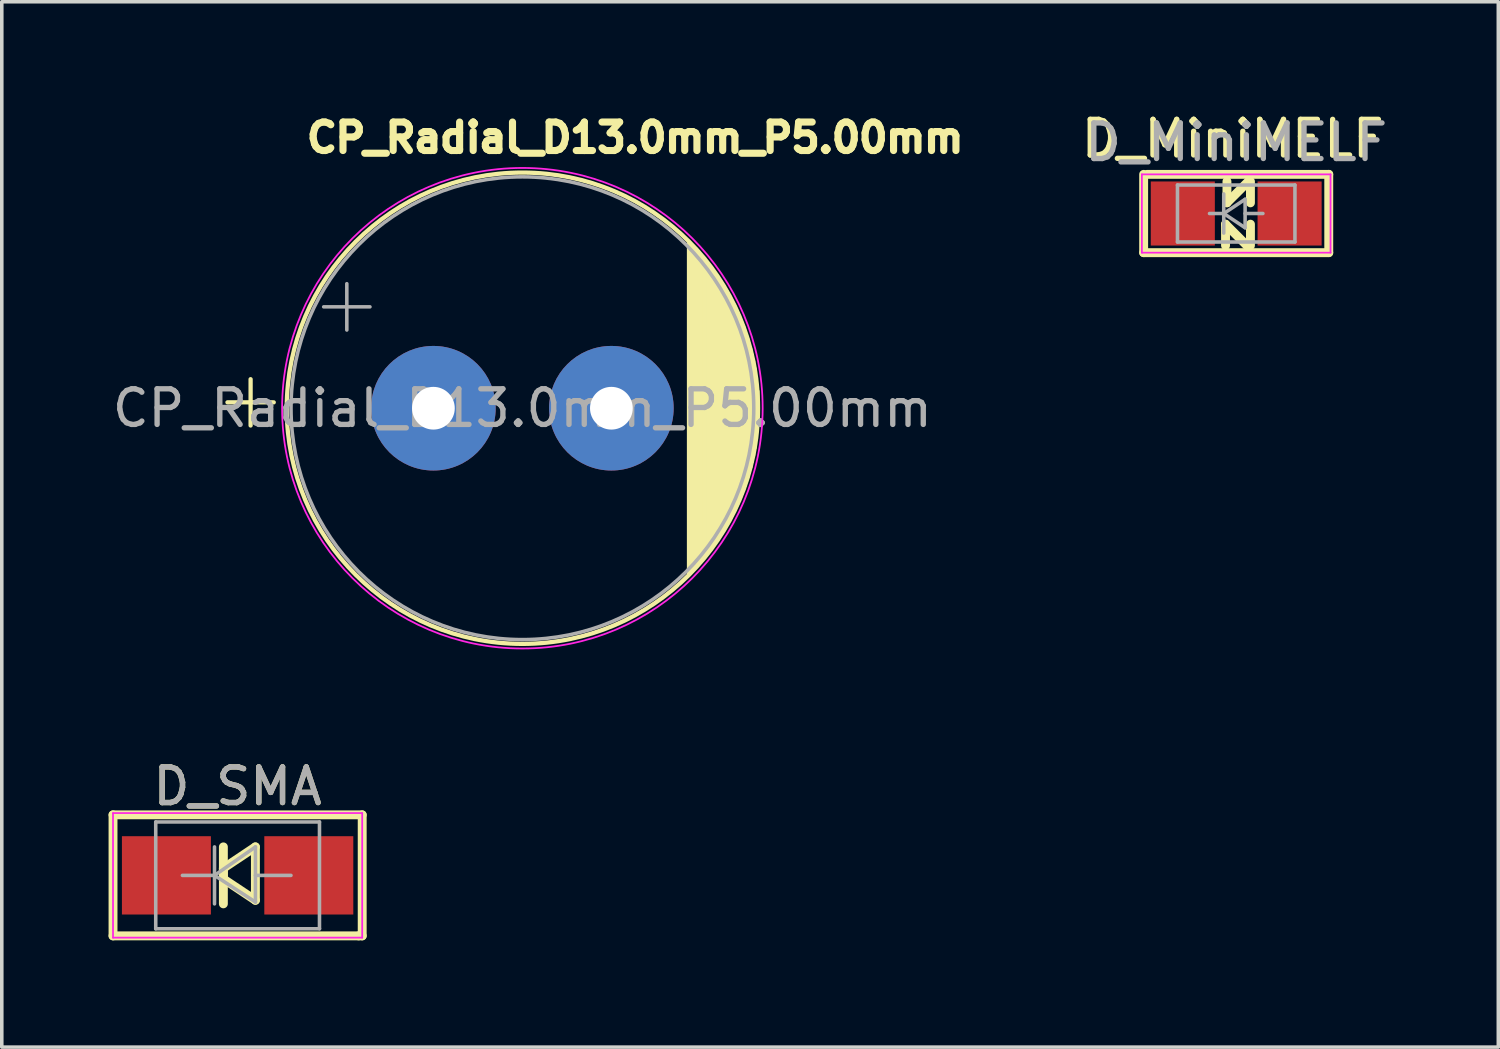
<source format=kicad_pcb>
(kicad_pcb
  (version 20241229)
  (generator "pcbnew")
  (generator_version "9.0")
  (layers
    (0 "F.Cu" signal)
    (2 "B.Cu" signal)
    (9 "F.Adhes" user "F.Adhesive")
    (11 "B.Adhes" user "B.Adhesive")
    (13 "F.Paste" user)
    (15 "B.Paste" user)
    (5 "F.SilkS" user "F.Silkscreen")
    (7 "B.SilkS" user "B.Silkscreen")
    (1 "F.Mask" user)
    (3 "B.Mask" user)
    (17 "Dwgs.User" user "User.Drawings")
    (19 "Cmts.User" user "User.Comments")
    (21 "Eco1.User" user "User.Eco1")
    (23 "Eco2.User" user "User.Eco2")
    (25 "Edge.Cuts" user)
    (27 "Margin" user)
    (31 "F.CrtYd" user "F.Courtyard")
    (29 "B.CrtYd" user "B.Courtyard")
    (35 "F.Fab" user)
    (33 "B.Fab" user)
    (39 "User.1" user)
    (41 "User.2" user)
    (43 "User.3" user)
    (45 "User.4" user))
  (footprint "D_SMA"
    (layer "F.Cu")
    (at 3.625 21.541)
    (property "Reference" "D_SMA" (at 0 -2.5 0) (layer "F.SilkS") (effects (font (size 1 1) (thickness 0.15))))
    (attr smd)
    (fp_line (start -3.5 -1.7) (end -3.5 1.7) (stroke (width 0.25) (type solid)) (layer "F.SilkS"))
    (fp_line (start -3.5 1.7) (end 3.4 1.7) (stroke (width 0.25) (type solid)) (layer "F.SilkS"))
    (fp_line (start -0.4 -0.8) (end -0.4 0.8) (stroke (width 0.25) (type solid)) (layer "F.SilkS"))
    (fp_line (start -0.4 -0.2) (end -0.4 0.1) (stroke (width 0.25) (type solid)) (layer "F.SilkS"))
    (fp_line (start -0.4 0.1) (end 0.5 0.7) (stroke (width 0.25) (type solid)) (layer "F.SilkS"))
    (fp_line (start 0.5 -0.8) (end -0.4 -0.2) (stroke (width 0.25) (type solid)) (layer "F.SilkS"))
    (fp_line (start 0.5 0.7) (end 0.5 -0.8) (stroke (width 0.25) (type solid)) (layer "F.SilkS"))
    (fp_line (start 3.4 1.7) (end 3.5 1.7) (stroke (width 0.25) (type solid)) (layer "F.SilkS"))
    (fp_line (start 3.5 -1.7) (end -3.5 -1.7) (stroke (width 0.25) (type solid)) (layer "F.SilkS"))
    (fp_line (start 3.5 1.7) (end 3.5 -1.7) (stroke (width 0.25) (type solid)) (layer "F.SilkS"))
    (fp_line (start -3.5 -1.75) (end 3.5 -1.75) (stroke (width 0.05) (type solid)) (layer "F.CrtYd"))
    (fp_line (start -3.5 1.75) (end -3.5 -1.75) (stroke (width 0.05) (type solid)) (layer "F.CrtYd"))
    (fp_line (start 3.5 -1.75) (end 3.5 1.75) (stroke (width 0.05) (type solid)) (layer "F.CrtYd"))
    (fp_line (start 3.5 1.75) (end -3.5 1.75) (stroke (width 0.05) (type solid)) (layer "F.CrtYd"))
    (fp_line (start -2.3 1.5) (end -2.3 -1.5) (stroke (width 0.1) (type solid)) (layer "F.Fab"))
    (fp_line (start -0.649 -0.799) (end -0.649 0.801) (stroke (width 0.1) (type solid)) (layer "F.Fab"))
    (fp_line (start -0.649 0.001) (end -1.551 0.001) (stroke (width 0.1) (type solid)) (layer "F.Fab"))
    (fp_line (start -0.649 0.001) (end 0.501 -0.799) (stroke (width 0.1) (type solid)) (layer "F.Fab"))
    (fp_line (start -0.649 0.001) (end 0.501 0.75) (stroke (width 0.1) (type solid)) (layer "F.Fab"))
    (fp_line (start 0.501 0.001) (end 1.499 0.001) (stroke (width 0.1) (type solid)) (layer "F.Fab"))
    (fp_line (start 0.501 0.75) (end 0.501 -0.799) (stroke (width 0.1) (type solid)) (layer "F.Fab"))
    (fp_line (start 2.3 -1.5) (end -2.3 -1.5) (stroke (width 0.1) (type solid)) (layer "F.Fab"))
    (fp_line (start 2.3 -1.5) (end 2.3 1.5) (stroke (width 0.1) (type solid)) (layer "F.Fab"))
    (fp_line (start 2.3 1.5) (end -2.3 1.5) (stroke (width 0.1) (type solid)) (layer "F.Fab"))
    (fp_text user "${REFERENCE}" (at 0 -2.5 0) (layer "F.Fab") (effects (font (size 1 1) (thickness 0.15))))
    (pad "1" smd rect (at -2 0) (size 2.5 2.2) (layers "F.Cu" "F.Mask" "F.Paste"))
    (pad "2" smd rect (at 2 0) (size 2.5 2.2) (layers "F.Cu" "F.Mask" "F.Paste")))
  (footprint "CP_Radial_D13.0mm_P5.00mm"
    (layer "F.Cu")
    (at 9.125 8.418)
    (property "Reference" "CP_Radial_D13.0mm_P5.00mm" (at 5.67 -7.599 0) (layer "F.SilkS") (effects (font (size 0.8 0.8) (thickness 0.2))))
    (attr through_hole)
    (fp_line (start -5.785 -0.165) (end -4.485 -0.165) (stroke (width 0.12) (type solid)) (layer "F.SilkS"))
    (fp_line (start -5.135 -0.815) (end -5.135 0.485) (stroke (width 0.12) (type solid)) (layer "F.SilkS"))
    (fp_line (start 7.181 -4.643) (end 7.181 4.643) (stroke (width 0.12) (type solid)) (layer "F.SilkS"))
    (fp_line (start 7.221 -4.602) (end 7.221 4.602) (stroke (width 0.12) (type solid)) (layer "F.SilkS"))
    (fp_line (start 7.261 -4.561) (end 7.261 4.561) (stroke (width 0.12) (type solid)) (layer "F.SilkS"))
    (fp_line (start 7.301 -4.519) (end 7.301 4.519) (stroke (width 0.12) (type solid)) (layer "F.SilkS"))
    (fp_line (start 7.341 -4.477) (end 7.341 4.477) (stroke (width 0.12) (type solid)) (layer "F.SilkS"))
    (fp_line (start 7.381 -4.434) (end 7.381 4.434) (stroke (width 0.12) (type solid)) (layer "F.SilkS"))
    (fp_line (start 7.421 -4.39) (end 7.421 4.39) (stroke (width 0.12) (type solid)) (layer "F.SilkS"))
    (fp_line (start 7.461 -4.345) (end 7.461 4.345) (stroke (width 0.12) (type solid)) (layer "F.SilkS"))
    (fp_line (start 7.501 -4.299) (end 7.501 4.299) (stroke (width 0.12) (type solid)) (layer "F.SilkS"))
    (fp_line (start 7.541 -4.253) (end 7.541 4.253) (stroke (width 0.12) (type solid)) (layer "F.SilkS"))
    (fp_line (start 7.581 -4.205) (end 7.581 4.205) (stroke (width 0.12) (type solid)) (layer "F.SilkS"))
    (fp_line (start 7.621 -4.157) (end 7.621 4.157) (stroke (width 0.12) (type solid)) (layer "F.SilkS"))
    (fp_line (start 7.661 -4.108) (end 7.661 4.108) (stroke (width 0.12) (type solid)) (layer "F.SilkS"))
    (fp_line (start 7.701 -4.057) (end 7.701 4.057) (stroke (width 0.12) (type solid)) (layer "F.SilkS"))
    (fp_line (start 7.741 -4.006) (end 7.741 4.006) (stroke (width 0.12) (type solid)) (layer "F.SilkS"))
    (fp_line (start 7.781 -3.954) (end 7.781 3.954) (stroke (width 0.12) (type solid)) (layer "F.SilkS"))
    (fp_line (start 7.821 -3.9) (end 7.821 3.9) (stroke (width 0.12) (type solid)) (layer "F.SilkS"))
    (fp_line (start 7.861 -3.846) (end 7.861 3.846) (stroke (width 0.12) (type solid)) (layer "F.SilkS"))
    (fp_line (start 7.901 -3.79) (end 7.901 3.79) (stroke (width 0.12) (type solid)) (layer "F.SilkS"))
    (fp_line (start 7.941 -3.733) (end 7.941 3.733) (stroke (width 0.12) (type solid)) (layer "F.SilkS"))
    (fp_line (start 7.981 -3.675) (end 7.981 3.675) (stroke (width 0.12) (type solid)) (layer "F.SilkS"))
    (fp_line (start 8.021 -3.615) (end 8.021 3.615) (stroke (width 0.12) (type solid)) (layer "F.SilkS"))
    (fp_line (start 8.061 -3.554) (end 8.061 3.554) (stroke (width 0.12) (type solid)) (layer "F.SilkS"))
    (fp_line (start 8.101 -3.491) (end 8.101 3.491) (stroke (width 0.12) (type solid)) (layer "F.SilkS"))
    (fp_line (start 8.141 -3.427) (end 8.141 3.427) (stroke (width 0.12) (type solid)) (layer "F.SilkS"))
    (fp_line (start 8.181 -3.361) (end 8.181 3.361) (stroke (width 0.12) (type solid)) (layer "F.SilkS"))
    (fp_line (start 8.221 -3.293) (end 8.221 3.293) (stroke (width 0.12) (type solid)) (layer "F.SilkS"))
    (fp_line (start 8.261 -3.223) (end 8.261 3.223) (stroke (width 0.12) (type solid)) (layer "F.SilkS"))
    (fp_line (start 8.301 -3.152) (end 8.301 3.152) (stroke (width 0.12) (type solid)) (layer "F.SilkS"))
    (fp_line (start 8.341 -3.078) (end 8.341 3.078) (stroke (width 0.12) (type solid)) (layer "F.SilkS"))
    (fp_line (start 8.381 -3.002) (end 8.381 3.002) (stroke (width 0.12) (type solid)) (layer "F.SilkS"))
    (fp_line (start 8.421 -2.923) (end 8.421 2.923) (stroke (width 0.12) (type solid)) (layer "F.SilkS"))
    (fp_line (start 8.461 -2.842) (end 8.461 2.842) (stroke (width 0.12) (type solid)) (layer "F.SilkS"))
    (fp_line (start 8.501 -2.758) (end 8.501 2.758) (stroke (width 0.12) (type solid)) (layer "F.SilkS"))
    (fp_line (start 8.541 -2.67) (end 8.541 2.67) (stroke (width 0.12) (type solid)) (layer "F.SilkS"))
    (fp_line (start 8.581 -2.579) (end 8.581 2.579) (stroke (width 0.12) (type solid)) (layer "F.SilkS"))
    (fp_line (start 8.621 -2.484) (end 8.621 2.484) (stroke (width 0.12) (type solid)) (layer "F.SilkS"))
    (fp_line (start 8.661 -2.385) (end 8.661 2.385) (stroke (width 0.12) (type solid)) (layer "F.SilkS"))
    (fp_line (start 8.701 -2.281) (end 8.701 2.281) (stroke (width 0.12) (type solid)) (layer "F.SilkS"))
    (fp_line (start 8.741 -2.171) (end 8.741 2.171) (stroke (width 0.12) (type solid)) (layer "F.SilkS"))
    (fp_line (start 8.781 -2.055) (end 8.781 2.055) (stroke (width 0.12) (type solid)) (layer "F.SilkS"))
    (fp_line (start 8.821 -1.931) (end 8.821 1.931) (stroke (width 0.12) (type solid)) (layer "F.SilkS"))
    (fp_line (start 8.861 -1.798) (end 8.861 1.798) (stroke (width 0.12) (type solid)) (layer "F.SilkS"))
    (fp_line (start 8.901 -1.653) (end 8.901 1.653) (stroke (width 0.12) (type solid)) (layer "F.SilkS"))
    (fp_line (start 8.941 -1.494) (end 8.941 1.494) (stroke (width 0.12) (type solid)) (layer "F.SilkS"))
    (fp_line (start 8.981 -1.315) (end 8.981 1.315) (stroke (width 0.12) (type solid)) (layer "F.SilkS"))
    (fp_line (start 9.021 -1.107) (end 9.021 1.107) (stroke (width 0.12) (type solid)) (layer "F.SilkS"))
    (fp_line (start 9.061 -0.85) (end 9.061 0.85) (stroke (width 0.12) (type solid)) (layer "F.SilkS"))
    (fp_line (start 9.101 -0.475) (end 9.101 0.475) (stroke (width 0.12) (type solid)) (layer "F.SilkS"))
    (fp_circle (center 2.5 0) (end 9.12 0) (stroke (width 0.12) (type solid)) (fill no) (layer "F.SilkS"))
    (fp_circle (center 2.5 0) (end 9.25 0) (stroke (width 0.05) (type solid)) (fill no) (layer "F.CrtYd"))
    (fp_line (start -3.082 -2.848) (end -1.782 -2.848) (stroke (width 0.1) (type solid)) (layer "F.Fab"))
    (fp_line (start -2.432 -3.498) (end -2.432 -2.197) (stroke (width 0.1) (type solid)) (layer "F.Fab"))
    (fp_circle (center 2.5 0) (end 9 0) (stroke (width 0.1) (type solid)) (fill no) (layer "F.Fab"))
    (fp_text user "${REFERENCE}" (at 2.5 0 0) (layer "F.Fab") (effects (font (size 1 1) (thickness 0.15))))
    (pad "1" thru_hole circle (at 0 0) (size 3.5 3.5) (drill 1.2) (layers "*.Cu" "*.Mask"))
    (pad "2" thru_hole circle (at 5 0) (size 3.5 3.5) (drill 1.2) (layers "*.Cu" "*.Mask")))
  (footprint "D_MiniMELF"
    (layer "F.Cu")
    (at 31.678 2.948)
    (property "Reference" "D_MiniMELF" (at -0.1 -2.1 0) (layer "F.SilkS") (effects (font (size 1 1) (thickness 0.15))))
    (attr smd)
    (fp_line (start -2.6 -1.1) (end -2.6 1.1) (stroke (width 0.25) (type solid)) (layer "F.SilkS"))
    (fp_line (start -2.6 1.1) (end 2.6 1.1) (stroke (width 0.25) (type solid)) (layer "F.SilkS"))
    (fp_line (start -0.3 0.3) (end -0.3 0.9) (stroke (width 0.25) (type solid)) (layer "F.SilkS"))
    (fp_line (start -0.26 -0.301) (end -0.26 -0.901) (stroke (width 0.25) (type solid)) (layer "F.SilkS"))
    (fp_line (start 0.3 0.9) (end -0.3 0.3) (stroke (width 0.25) (type solid)) (layer "F.SilkS"))
    (fp_line (start 0.34 -0.901) (end -0.26 -0.301) (stroke (width 0.25) (type solid)) (layer "F.SilkS"))
    (fp_line (start 0.4 -0.9) (end 0.4 -0.3) (stroke (width 0.25) (type solid)) (layer "F.SilkS"))
    (fp_line (start 0.4 0.9) (end 0.4 0.3) (stroke (width 0.25) (type solid)) (layer "F.SilkS"))
    (fp_line (start 2.6 -1.1) (end -2.5 -1.1) (stroke (width 0.25) (type solid)) (layer "F.SilkS"))
    (fp_line (start 2.6 1.1) (end 2.6 -1.1) (stroke (width 0.25) (type solid)) (layer "F.SilkS"))
    (fp_line (start -2.65 -1.1) (end 2.65 -1.1) (stroke (width 0.05) (type solid)) (layer "F.CrtYd"))
    (fp_line (start -2.65 1.1) (end -2.65 -1.1) (stroke (width 0.05) (type solid)) (layer "F.CrtYd"))
    (fp_line (start 2.65 -1.1) (end 2.65 1.1) (stroke (width 0.05) (type solid)) (layer "F.CrtYd"))
    (fp_line (start 2.65 1.1) (end -2.65 1.1) (stroke (width 0.05) (type solid)) (layer "F.CrtYd"))
    (fp_line (start -1.65 -0.8) (end 1.65 -0.8) (stroke (width 0.1) (type solid)) (layer "F.Fab"))
    (fp_line (start -1.65 0.8) (end -1.65 -0.8) (stroke (width 0.1) (type solid)) (layer "F.Fab"))
    (fp_line (start -0.75 0) (end -0.35 0) (stroke (width 0.1) (type solid)) (layer "F.Fab"))
    (fp_line (start -0.35 0) (end -0.35 -0.55) (stroke (width 0.1) (type solid)) (layer "F.Fab"))
    (fp_line (start -0.35 0) (end -0.35 0.55) (stroke (width 0.1) (type solid)) (layer "F.Fab"))
    (fp_line (start -0.35 0) (end 0.25 -0.4) (stroke (width 0.1) (type solid)) (layer "F.Fab"))
    (fp_line (start 0.25 -0.4) (end 0.25 0.4) (stroke (width 0.1) (type solid)) (layer "F.Fab"))
    (fp_line (start 0.25 0) (end 0.75 0) (stroke (width 0.1) (type solid)) (layer "F.Fab"))
    (fp_line (start 0.25 0.4) (end -0.35 0) (stroke (width 0.1) (type solid)) (layer "F.Fab"))
    (fp_line (start 1.65 -0.8) (end 1.65 0.8) (stroke (width 0.1) (type solid)) (layer "F.Fab"))
    (fp_line (start 1.65 0.8) (end -1.65 0.8) (stroke (width 0.1) (type solid)) (layer "F.Fab"))
    (fp_text user "${REFERENCE}" (at 0 -2 0) (layer "F.Fab") (effects (font (size 1 1) (thickness 0.15))))
    (pad "1" smd rect (at -1.5 0) (size 1.8 1.8) (layers "F.Cu" "F.Mask" "F.Paste"))
    (pad "2" smd rect (at 1.5 0) (size 1.8 1.8) (layers "F.Cu" "F.Mask" "F.Paste")))
  (gr_rect
    (start -3 -3)
    (end 39.041 26.366)
    (stroke (width 0.1) (type default))
    (fill no)
    (layer "Edge.Cuts")))
</source>
